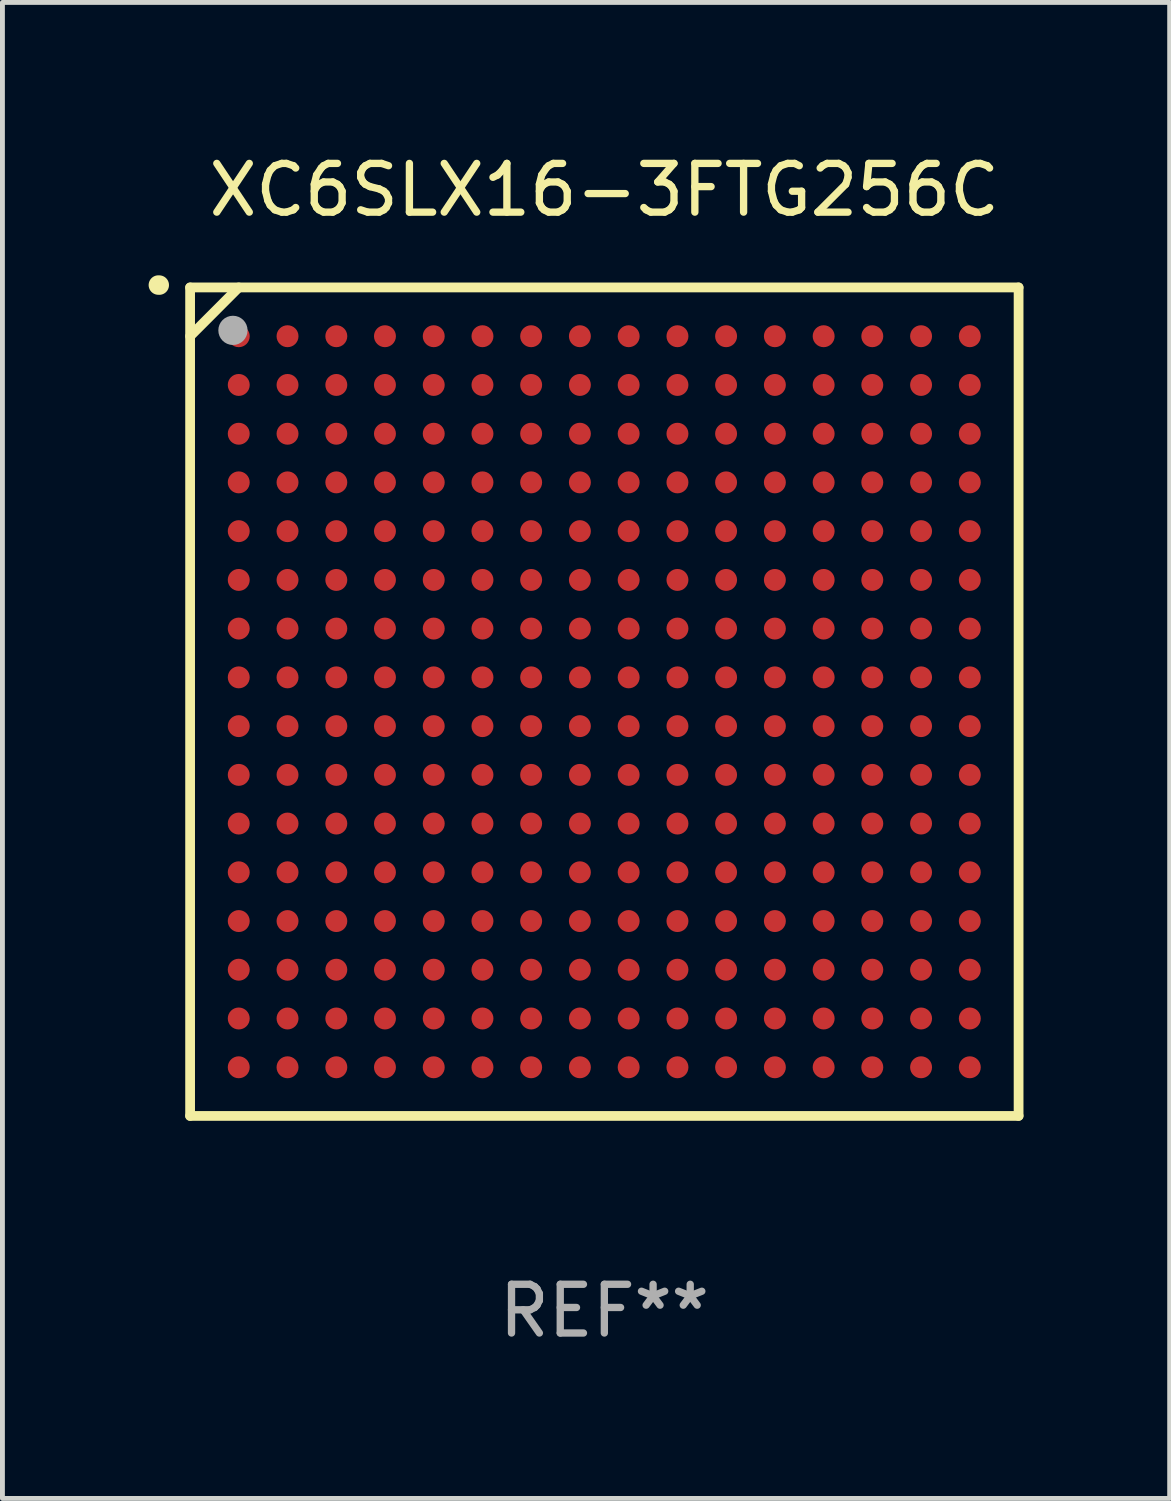
<source format=kicad_pcb>
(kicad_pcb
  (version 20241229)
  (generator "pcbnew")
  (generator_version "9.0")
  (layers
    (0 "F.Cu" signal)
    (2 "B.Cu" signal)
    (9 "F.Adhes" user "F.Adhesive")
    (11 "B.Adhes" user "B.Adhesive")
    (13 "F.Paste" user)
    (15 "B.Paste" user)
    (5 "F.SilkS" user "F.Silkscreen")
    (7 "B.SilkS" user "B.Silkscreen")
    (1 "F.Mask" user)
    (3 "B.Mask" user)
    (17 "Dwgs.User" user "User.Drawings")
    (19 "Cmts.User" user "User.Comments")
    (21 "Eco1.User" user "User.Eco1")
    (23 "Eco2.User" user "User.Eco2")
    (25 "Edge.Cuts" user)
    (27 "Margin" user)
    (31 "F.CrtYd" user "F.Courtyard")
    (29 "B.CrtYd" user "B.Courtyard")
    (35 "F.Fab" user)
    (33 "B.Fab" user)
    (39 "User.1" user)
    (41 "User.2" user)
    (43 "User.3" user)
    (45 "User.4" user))
  (footprint "XC6SLX16-3FTG256C"
    (layer "F.Cu")
    (at 9.351 11.348)
    (property "Reference" "XC6SLX16-3FTG256C" (at 0 -10.5 0) (layer "F.SilkS") (effects (font (size 1 1) (thickness 0.15))))
    (attr through_hole)
    (fp_line (start -8.5 -8.5) (end 8.5 -8.5) (stroke (width 0.2) (type solid)) (layer "F.SilkS"))
    (fp_line (start -8.5 -7.499) (end -7.502 -8.5) (stroke (width 0.2) (type solid)) (layer "F.SilkS"))
    (fp_line (start -8.5 8.5) (end -8.5 -8.5) (stroke (width 0.2) (type solid)) (layer "F.SilkS"))
    (fp_line (start 8.5 -8.5) (end 8.5 8.5) (stroke (width 0.2) (type solid)) (layer "F.SilkS"))
    (fp_line (start 8.5 8.5) (end -8.5 8.5) (stroke (width 0.2) (type solid)) (layer "F.SilkS"))
    (fp_arc (start -9.151181 -8.548768) (mid -9.142295 -8.548541) (end -9.133426 -8.547955) (stroke (width 0.4) (type solid)) (layer "F.SilkS"))
    (fp_circle (center -8.501 -8.499) (end -8.471 -8.499) (stroke (width 0.06) (type solid)) (fill no) (layer "F.SilkS"))
    (fp_circle (center -7.621 -7.619) (end -7.471 -7.619) (stroke (width 0.3) (type solid)) (fill no) (layer "F.Fab"))
    (fp_text user "REF**" (at 0 12.5 0) (layer "F.Fab") (effects (font (size 1 1) (thickness 0.15))))
    (pad "A1" smd circle (at -7.502 -7.499) (size 0.45 0.45) (layers "F.Cu" "F.Mask" "F.Paste"))
    (pad "A2" smd circle (at -6.501 -7.499) (size 0.45 0.45) (layers "F.Cu" "F.Mask" "F.Paste"))
    (pad "A3" smd circle (at -5.5 -7.499) (size 0.45 0.45) (layers "F.Cu" "F.Mask" "F.Paste"))
    (pad "A4" smd circle (at -4.502 -7.499) (size 0.45 0.45) (layers "F.Cu" "F.Mask" "F.Paste"))
    (pad "A5" smd circle (at -3.501 -7.499) (size 0.45 0.45) (layers "F.Cu" "F.Mask" "F.Paste"))
    (pad "A6" smd circle (at -2.501 -7.499) (size 0.45 0.45) (layers "F.Cu" "F.Mask" "F.Paste"))
    (pad "A7" smd circle (at -1.502 -7.499) (size 0.45 0.45) (layers "F.Cu" "F.Mask" "F.Paste"))
    (pad "A8" smd circle (at -0.502 -7.499) (size 0.45 0.45) (layers "F.Cu" "F.Mask" "F.Paste"))
    (pad "A9" smd circle (at 0.499 -7.499) (size 0.45 0.45) (layers "F.Cu" "F.Mask" "F.Paste"))
    (pad "A10" smd circle (at 1.5 -7.499) (size 0.45 0.45) (layers "F.Cu" "F.Mask" "F.Paste"))
    (pad "A11" smd circle (at 2.498 -7.499) (size 0.45 0.45) (layers "F.Cu" "F.Mask" "F.Paste"))
    (pad "A12" smd circle (at 3.499 -7.499) (size 0.45 0.45) (layers "F.Cu" "F.Mask" "F.Paste"))
    (pad "A13" smd circle (at 4.5 -7.499) (size 0.45 0.45) (layers "F.Cu" "F.Mask" "F.Paste"))
    (pad "A14" smd circle (at 5.498 -7.499) (size 0.45 0.45) (layers "F.Cu" "F.Mask" "F.Paste"))
    (pad "A15" smd circle (at 6.499 -7.499) (size 0.45 0.45) (layers "F.Cu" "F.Mask" "F.Paste"))
    (pad "A16" smd circle (at 7.499 -7.499) (size 0.45 0.45) (layers "F.Cu" "F.Mask" "F.Paste"))
    (pad "B1" smd circle (at -7.502 -6.499) (size 0.45 0.45) (layers "F.Cu" "F.Mask" "F.Paste"))
    (pad "B2" smd circle (at -6.501 -6.499) (size 0.45 0.45) (layers "F.Cu" "F.Mask" "F.Paste"))
    (pad "B3" smd circle (at -5.5 -6.499) (size 0.45 0.45) (layers "F.Cu" "F.Mask" "F.Paste"))
    (pad "B4" smd circle (at -4.502 -6.499) (size 0.45 0.45) (layers "F.Cu" "F.Mask" "F.Paste"))
    (pad "B5" smd circle (at -3.501 -6.499) (size 0.45 0.45) (layers "F.Cu" "F.Mask" "F.Paste"))
    (pad "B6" smd circle (at -2.501 -6.499) (size 0.45 0.45) (layers "F.Cu" "F.Mask" "F.Paste"))
    (pad "B7" smd circle (at -1.502 -6.499) (size 0.45 0.45) (layers "F.Cu" "F.Mask" "F.Paste"))
    (pad "B8" smd circle (at -0.502 -6.499) (size 0.45 0.45) (layers "F.Cu" "F.Mask" "F.Paste"))
    (pad "B9" smd circle (at 0.499 -6.499) (size 0.45 0.45) (layers "F.Cu" "F.Mask" "F.Paste"))
    (pad "B10" smd circle (at 1.5 -6.499) (size 0.45 0.45) (layers "F.Cu" "F.Mask" "F.Paste"))
    (pad "B11" smd circle (at 2.498 -6.499) (size 0.45 0.45) (layers "F.Cu" "F.Mask" "F.Paste"))
    (pad "B12" smd circle (at 3.499 -6.499) (size 0.45 0.45) (layers "F.Cu" "F.Mask" "F.Paste"))
    (pad "B13" smd circle (at 4.5 -6.499) (size 0.45 0.45) (layers "F.Cu" "F.Mask" "F.Paste"))
    (pad "B14" smd circle (at 5.498 -6.499) (size 0.45 0.45) (layers "F.Cu" "F.Mask" "F.Paste"))
    (pad "B15" smd circle (at 6.499 -6.499) (size 0.45 0.45) (layers "F.Cu" "F.Mask" "F.Paste"))
    (pad "B16" smd circle (at 7.499 -6.499) (size 0.45 0.45) (layers "F.Cu" "F.Mask" "F.Paste"))
    (pad "C1" smd circle (at -7.502 -5.498) (size 0.45 0.45) (layers "F.Cu" "F.Mask" "F.Paste"))
    (pad "C2" smd circle (at -6.501 -5.498) (size 0.45 0.45) (layers "F.Cu" "F.Mask" "F.Paste"))
    (pad "C3" smd circle (at -5.5 -5.498) (size 0.45 0.45) (layers "F.Cu" "F.Mask" "F.Paste"))
    (pad "C4" smd circle (at -4.502 -5.498) (size 0.45 0.45) (layers "F.Cu" "F.Mask" "F.Paste"))
    (pad "C5" smd circle (at -3.501 -5.498) (size 0.45 0.45) (layers "F.Cu" "F.Mask" "F.Paste"))
    (pad "C6" smd circle (at -2.501 -5.498) (size 0.45 0.45) (layers "F.Cu" "F.Mask" "F.Paste"))
    (pad "C7" smd circle (at -1.502 -5.498) (size 0.45 0.45) (layers "F.Cu" "F.Mask" "F.Paste"))
    (pad "C8" smd circle (at -0.502 -5.498) (size 0.45 0.45) (layers "F.Cu" "F.Mask" "F.Paste"))
    (pad "C9" smd circle (at 0.499 -5.498) (size 0.45 0.45) (layers "F.Cu" "F.Mask" "F.Paste"))
    (pad "C10" smd circle (at 1.5 -5.498) (size 0.45 0.45) (layers "F.Cu" "F.Mask" "F.Paste"))
    (pad "C11" smd circle (at 2.498 -5.498) (size 0.45 0.45) (layers "F.Cu" "F.Mask" "F.Paste"))
    (pad "C12" smd circle (at 3.499 -5.498) (size 0.45 0.45) (layers "F.Cu" "F.Mask" "F.Paste"))
    (pad "C13" smd circle (at 4.5 -5.498) (size 0.45 0.45) (layers "F.Cu" "F.Mask" "F.Paste"))
    (pad "C14" smd circle (at 5.498 -5.498) (size 0.45 0.45) (layers "F.Cu" "F.Mask" "F.Paste"))
    (pad "C15" smd circle (at 6.499 -5.498) (size 0.45 0.45) (layers "F.Cu" "F.Mask" "F.Paste"))
    (pad "C16" smd circle (at 7.499 -5.498) (size 0.45 0.45) (layers "F.Cu" "F.Mask" "F.Paste"))
    (pad "D1" smd circle (at -7.502 -4.5) (size 0.45 0.45) (layers "F.Cu" "F.Mask" "F.Paste"))
    (pad "D2" smd circle (at -6.501 -4.5) (size 0.45 0.45) (layers "F.Cu" "F.Mask" "F.Paste"))
    (pad "D3" smd circle (at -5.5 -4.5) (size 0.45 0.45) (layers "F.Cu" "F.Mask" "F.Paste"))
    (pad "D4" smd circle (at -4.502 -4.5) (size 0.45 0.45) (layers "F.Cu" "F.Mask" "F.Paste"))
    (pad "D5" smd circle (at -3.501 -4.5) (size 0.45 0.45) (layers "F.Cu" "F.Mask" "F.Paste"))
    (pad "D6" smd circle (at -2.501 -4.5) (size 0.45 0.45) (layers "F.Cu" "F.Mask" "F.Paste"))
    (pad "D7" smd circle (at -1.502 -4.5) (size 0.45 0.45) (layers "F.Cu" "F.Mask" "F.Paste"))
    (pad "D8" smd circle (at -0.502 -4.5) (size 0.45 0.45) (layers "F.Cu" "F.Mask" "F.Paste"))
    (pad "D9" smd circle (at 0.499 -4.5) (size 0.45 0.45) (layers "F.Cu" "F.Mask" "F.Paste"))
    (pad "D10" smd circle (at 1.5 -4.5) (size 0.45 0.45) (layers "F.Cu" "F.Mask" "F.Paste"))
    (pad "D11" smd circle (at 2.498 -4.5) (size 0.45 0.45) (layers "F.Cu" "F.Mask" "F.Paste"))
    (pad "D12" smd circle (at 3.499 -4.5) (size 0.45 0.45) (layers "F.Cu" "F.Mask" "F.Paste"))
    (pad "D13" smd circle (at 4.5 -4.5) (size 0.45 0.45) (layers "F.Cu" "F.Mask" "F.Paste"))
    (pad "D14" smd circle (at 5.498 -4.5) (size 0.45 0.45) (layers "F.Cu" "F.Mask" "F.Paste"))
    (pad "D15" smd circle (at 6.499 -4.5) (size 0.45 0.45) (layers "F.Cu" "F.Mask" "F.Paste"))
    (pad "D16" smd circle (at 7.499 -4.5) (size 0.45 0.45) (layers "F.Cu" "F.Mask" "F.Paste"))
    (pad "E1" smd circle (at -7.502 -3.499) (size 0.45 0.45) (layers "F.Cu" "F.Mask" "F.Paste"))
    (pad "E2" smd circle (at -6.501 -3.499) (size 0.45 0.45) (layers "F.Cu" "F.Mask" "F.Paste"))
    (pad "E3" smd circle (at -5.5 -3.499) (size 0.45 0.45) (layers "F.Cu" "F.Mask" "F.Paste"))
    (pad "E4" smd circle (at -4.502 -3.499) (size 0.45 0.45) (layers "F.Cu" "F.Mask" "F.Paste"))
    (pad "E5" smd circle (at -3.501 -3.499) (size 0.45 0.45) (layers "F.Cu" "F.Mask" "F.Paste"))
    (pad "E6" smd circle (at -2.501 -3.499) (size 0.45 0.45) (layers "F.Cu" "F.Mask" "F.Paste"))
    (pad "E7" smd circle (at -1.502 -3.499) (size 0.45 0.45) (layers "F.Cu" "F.Mask" "F.Paste"))
    (pad "E8" smd circle (at -0.502 -3.499) (size 0.45 0.45) (layers "F.Cu" "F.Mask" "F.Paste"))
    (pad "E9" smd circle (at 0.499 -3.499) (size 0.45 0.45) (layers "F.Cu" "F.Mask" "F.Paste"))
    (pad "E10" smd circle (at 1.5 -3.499) (size 0.45 0.45) (layers "F.Cu" "F.Mask" "F.Paste"))
    (pad "E11" smd circle (at 2.498 -3.499) (size 0.45 0.45) (layers "F.Cu" "F.Mask" "F.Paste"))
    (pad "E12" smd circle (at 3.499 -3.499) (size 0.45 0.45) (layers "F.Cu" "F.Mask" "F.Paste"))
    (pad "E13" smd circle (at 4.5 -3.499) (size 0.45 0.45) (layers "F.Cu" "F.Mask" "F.Paste"))
    (pad "E14" smd circle (at 5.498 -3.499) (size 0.45 0.45) (layers "F.Cu" "F.Mask" "F.Paste"))
    (pad "E15" smd circle (at 6.499 -3.499) (size 0.45 0.45) (layers "F.Cu" "F.Mask" "F.Paste"))
    (pad "E16" smd circle (at 7.499 -3.499) (size 0.45 0.45) (layers "F.Cu" "F.Mask" "F.Paste"))
    (pad "F1" smd circle (at -7.502 -2.498) (size 0.45 0.45) (layers "F.Cu" "F.Mask" "F.Paste"))
    (pad "F2" smd circle (at -6.501 -2.498) (size 0.45 0.45) (layers "F.Cu" "F.Mask" "F.Paste"))
    (pad "F3" smd circle (at -5.5 -2.498) (size 0.45 0.45) (layers "F.Cu" "F.Mask" "F.Paste"))
    (pad "F4" smd circle (at -4.502 -2.498) (size 0.45 0.45) (layers "F.Cu" "F.Mask" "F.Paste"))
    (pad "F5" smd circle (at -3.501 -2.498) (size 0.45 0.45) (layers "F.Cu" "F.Mask" "F.Paste"))
    (pad "F6" smd circle (at -2.501 -2.498) (size 0.45 0.45) (layers "F.Cu" "F.Mask" "F.Paste"))
    (pad "F7" smd circle (at -1.502 -2.498) (size 0.45 0.45) (layers "F.Cu" "F.Mask" "F.Paste"))
    (pad "F8" smd circle (at -0.502 -2.498) (size 0.45 0.45) (layers "F.Cu" "F.Mask" "F.Paste"))
    (pad "F9" smd circle (at 0.499 -2.498) (size 0.45 0.45) (layers "F.Cu" "F.Mask" "F.Paste"))
    (pad "F10" smd circle (at 1.5 -2.498) (size 0.45 0.45) (layers "F.Cu" "F.Mask" "F.Paste"))
    (pad "F11" smd circle (at 2.498 -2.498) (size 0.45 0.45) (layers "F.Cu" "F.Mask" "F.Paste"))
    (pad "F12" smd circle (at 3.499 -2.498) (size 0.45 0.45) (layers "F.Cu" "F.Mask" "F.Paste"))
    (pad "F13" smd circle (at 4.5 -2.498) (size 0.45 0.45) (layers "F.Cu" "F.Mask" "F.Paste"))
    (pad "F14" smd circle (at 5.498 -2.498) (size 0.45 0.45) (layers "F.Cu" "F.Mask" "F.Paste"))
    (pad "F15" smd circle (at 6.499 -2.498) (size 0.45 0.45) (layers "F.Cu" "F.Mask" "F.Paste"))
    (pad "F16" smd circle (at 7.499 -2.498) (size 0.45 0.45) (layers "F.Cu" "F.Mask" "F.Paste"))
    (pad "G1" smd circle (at -7.502 -1.5) (size 0.45 0.45) (layers "F.Cu" "F.Mask" "F.Paste"))
    (pad "G2" smd circle (at -6.501 -1.5) (size 0.45 0.45) (layers "F.Cu" "F.Mask" "F.Paste"))
    (pad "G3" smd circle (at -5.5 -1.5) (size 0.45 0.45) (layers "F.Cu" "F.Mask" "F.Paste"))
    (pad "G4" smd circle (at -4.502 -1.5) (size 0.45 0.45) (layers "F.Cu" "F.Mask" "F.Paste"))
    (pad "G5" smd circle (at -3.501 -1.5) (size 0.45 0.45) (layers "F.Cu" "F.Mask" "F.Paste"))
    (pad "G6" smd circle (at -2.501 -1.5) (size 0.45 0.45) (layers "F.Cu" "F.Mask" "F.Paste"))
    (pad "G7" smd circle (at -1.502 -1.5) (size 0.45 0.45) (layers "F.Cu" "F.Mask" "F.Paste"))
    (pad "G8" smd circle (at -0.502 -1.5) (size 0.45 0.45) (layers "F.Cu" "F.Mask" "F.Paste"))
    (pad "G9" smd circle (at 0.499 -1.5) (size 0.45 0.45) (layers "F.Cu" "F.Mask" "F.Paste"))
    (pad "G10" smd circle (at 1.5 -1.5) (size 0.45 0.45) (layers "F.Cu" "F.Mask" "F.Paste"))
    (pad "G11" smd circle (at 2.498 -1.5) (size 0.45 0.45) (layers "F.Cu" "F.Mask" "F.Paste"))
    (pad "G12" smd circle (at 3.499 -1.5) (size 0.45 0.45) (layers "F.Cu" "F.Mask" "F.Paste"))
    (pad "G13" smd circle (at 4.5 -1.5) (size 0.45 0.45) (layers "F.Cu" "F.Mask" "F.Paste"))
    (pad "G14" smd circle (at 5.498 -1.5) (size 0.45 0.45) (layers "F.Cu" "F.Mask" "F.Paste"))
    (pad "G15" smd circle (at 6.499 -1.5) (size 0.45 0.45) (layers "F.Cu" "F.Mask" "F.Paste"))
    (pad "G16" smd circle (at 7.499 -1.5) (size 0.45 0.45) (layers "F.Cu" "F.Mask" "F.Paste"))
    (pad "H1" smd circle (at -7.502 -0.499) (size 0.45 0.45) (layers "F.Cu" "F.Mask" "F.Paste"))
    (pad "H2" smd circle (at -6.501 -0.499) (size 0.45 0.45) (layers "F.Cu" "F.Mask" "F.Paste"))
    (pad "H3" smd circle (at -5.5 -0.499) (size 0.45 0.45) (layers "F.Cu" "F.Mask" "F.Paste"))
    (pad "H4" smd circle (at -4.502 -0.499) (size 0.45 0.45) (layers "F.Cu" "F.Mask" "F.Paste"))
    (pad "H5" smd circle (at -3.501 -0.499) (size 0.45 0.45) (layers "F.Cu" "F.Mask" "F.Paste"))
    (pad "H6" smd circle (at -2.501 -0.499) (size 0.45 0.45) (layers "F.Cu" "F.Mask" "F.Paste"))
    (pad "H7" smd circle (at -1.502 -0.499) (size 0.45 0.45) (layers "F.Cu" "F.Mask" "F.Paste"))
    (pad "H8" smd circle (at -0.502 -0.499) (size 0.45 0.45) (layers "F.Cu" "F.Mask" "F.Paste"))
    (pad "H9" smd circle (at 0.499 -0.499) (size 0.45 0.45) (layers "F.Cu" "F.Mask" "F.Paste"))
    (pad "H10" smd circle (at 1.5 -0.499) (size 0.45 0.45) (layers "F.Cu" "F.Mask" "F.Paste"))
    (pad "H11" smd circle (at 2.498 -0.499) (size 0.45 0.45) (layers "F.Cu" "F.Mask" "F.Paste"))
    (pad "H12" smd circle (at 3.499 -0.499) (size 0.45 0.45) (layers "F.Cu" "F.Mask" "F.Paste"))
    (pad "H13" smd circle (at 4.5 -0.499) (size 0.45 0.45) (layers "F.Cu" "F.Mask" "F.Paste"))
    (pad "H14" smd circle (at 5.498 -0.499) (size 0.45 0.45) (layers "F.Cu" "F.Mask" "F.Paste"))
    (pad "H15" smd circle (at 6.499 -0.499) (size 0.45 0.45) (layers "F.Cu" "F.Mask" "F.Paste"))
    (pad "H16" smd circle (at 7.499 -0.499) (size 0.45 0.45) (layers "F.Cu" "F.Mask" "F.Paste"))
    (pad "J1" smd circle (at -7.502 0.502) (size 0.45 0.45) (layers "F.Cu" "F.Mask" "F.Paste"))
    (pad "J2" smd circle (at -6.501 0.502) (size 0.45 0.45) (layers "F.Cu" "F.Mask" "F.Paste"))
    (pad "J3" smd circle (at -5.5 0.502) (size 0.45 0.45) (layers "F.Cu" "F.Mask" "F.Paste"))
    (pad "J4" smd circle (at -4.502 0.502) (size 0.45 0.45) (layers "F.Cu" "F.Mask" "F.Paste"))
    (pad "J5" smd circle (at -3.501 0.502) (size 0.45 0.45) (layers "F.Cu" "F.Mask" "F.Paste"))
    (pad "J6" smd circle (at -2.501 0.502) (size 0.45 0.45) (layers "F.Cu" "F.Mask" "F.Paste"))
    (pad "J7" smd circle (at -1.502 0.502) (size 0.45 0.45) (layers "F.Cu" "F.Mask" "F.Paste"))
    (pad "J8" smd circle (at -0.502 0.502) (size 0.45 0.45) (layers "F.Cu" "F.Mask" "F.Paste"))
    (pad "J9" smd circle (at 0.499 0.502) (size 0.45 0.45) (layers "F.Cu" "F.Mask" "F.Paste"))
    (pad "J10" smd circle (at 1.5 0.502) (size 0.45 0.45) (layers "F.Cu" "F.Mask" "F.Paste"))
    (pad "J11" smd circle (at 2.498 0.502) (size 0.45 0.45) (layers "F.Cu" "F.Mask" "F.Paste"))
    (pad "J12" smd circle (at 3.499 0.502) (size 0.45 0.45) (layers "F.Cu" "F.Mask" "F.Paste"))
    (pad "J13" smd circle (at 4.5 0.502) (size 0.45 0.45) (layers "F.Cu" "F.Mask" "F.Paste"))
    (pad "J14" smd circle (at 5.498 0.502) (size 0.45 0.45) (layers "F.Cu" "F.Mask" "F.Paste"))
    (pad "J15" smd circle (at 6.499 0.502) (size 0.45 0.45) (layers "F.Cu" "F.Mask" "F.Paste"))
    (pad "J16" smd circle (at 7.499 0.502) (size 0.45 0.45) (layers "F.Cu" "F.Mask" "F.Paste"))
    (pad "K1" smd circle (at -7.502 1.502) (size 0.45 0.45) (layers "F.Cu" "F.Mask" "F.Paste"))
    (pad "K2" smd circle (at -6.501 1.502) (size 0.45 0.45) (layers "F.Cu" "F.Mask" "F.Paste"))
    (pad "K3" smd circle (at -5.5 1.502) (size 0.45 0.45) (layers "F.Cu" "F.Mask" "F.Paste"))
    (pad "K4" smd circle (at -4.502 1.502) (size 0.45 0.45) (layers "F.Cu" "F.Mask" "F.Paste"))
    (pad "K5" smd circle (at -3.501 1.502) (size 0.45 0.45) (layers "F.Cu" "F.Mask" "F.Paste"))
    (pad "K6" smd circle (at -2.501 1.502) (size 0.45 0.45) (layers "F.Cu" "F.Mask" "F.Paste"))
    (pad "K7" smd circle (at -1.502 1.502) (size 0.45 0.45) (layers "F.Cu" "F.Mask" "F.Paste"))
    (pad "K8" smd circle (at -0.502 1.502) (size 0.45 0.45) (layers "F.Cu" "F.Mask" "F.Paste"))
    (pad "K9" smd circle (at 0.499 1.502) (size 0.45 0.45) (layers "F.Cu" "F.Mask" "F.Paste"))
    (pad "K10" smd circle (at 1.5 1.502) (size 0.45 0.45) (layers "F.Cu" "F.Mask" "F.Paste"))
    (pad "K11" smd circle (at 2.498 1.502) (size 0.45 0.45) (layers "F.Cu" "F.Mask" "F.Paste"))
    (pad "K12" smd circle (at 3.499 1.502) (size 0.45 0.45) (layers "F.Cu" "F.Mask" "F.Paste"))
    (pad "K13" smd circle (at 4.5 1.502) (size 0.45 0.45) (layers "F.Cu" "F.Mask" "F.Paste"))
    (pad "K14" smd circle (at 5.498 1.502) (size 0.45 0.45) (layers "F.Cu" "F.Mask" "F.Paste"))
    (pad "K15" smd circle (at 6.499 1.502) (size 0.45 0.45) (layers "F.Cu" "F.Mask" "F.Paste"))
    (pad "K16" smd circle (at 7.499 1.502) (size 0.45 0.45) (layers "F.Cu" "F.Mask" "F.Paste"))
    (pad "L1" smd circle (at -7.502 2.501) (size 0.45 0.45) (layers "F.Cu" "F.Mask" "F.Paste"))
    (pad "L2" smd circle (at -6.501 2.501) (size 0.45 0.45) (layers "F.Cu" "F.Mask" "F.Paste"))
    (pad "L3" smd circle (at -5.5 2.501) (size 0.45 0.45) (layers "F.Cu" "F.Mask" "F.Paste"))
    (pad "L4" smd circle (at -4.502 2.501) (size 0.45 0.45) (layers "F.Cu" "F.Mask" "F.Paste"))
    (pad "L5" smd circle (at -3.501 2.501) (size 0.45 0.45) (layers "F.Cu" "F.Mask" "F.Paste"))
    (pad "L6" smd circle (at -2.501 2.501) (size 0.45 0.45) (layers "F.Cu" "F.Mask" "F.Paste"))
    (pad "L7" smd circle (at -1.502 2.501) (size 0.45 0.45) (layers "F.Cu" "F.Mask" "F.Paste"))
    (pad "L8" smd circle (at -0.502 2.501) (size 0.45 0.45) (layers "F.Cu" "F.Mask" "F.Paste"))
    (pad "L9" smd circle (at 0.499 2.501) (size 0.45 0.45) (layers "F.Cu" "F.Mask" "F.Paste"))
    (pad "L10" smd circle (at 1.5 2.501) (size 0.45 0.45) (layers "F.Cu" "F.Mask" "F.Paste"))
    (pad "L11" smd circle (at 2.498 2.501) (size 0.45 0.45) (layers "F.Cu" "F.Mask" "F.Paste"))
    (pad "L12" smd circle (at 3.499 2.501) (size 0.45 0.45) (layers "F.Cu" "F.Mask" "F.Paste"))
    (pad "L13" smd circle (at 4.5 2.501) (size 0.45 0.45) (layers "F.Cu" "F.Mask" "F.Paste"))
    (pad "L14" smd circle (at 5.498 2.501) (size 0.45 0.45) (layers "F.Cu" "F.Mask" "F.Paste"))
    (pad "L15" smd circle (at 6.499 2.501) (size 0.45 0.45) (layers "F.Cu" "F.Mask" "F.Paste"))
    (pad "L16" smd circle (at 7.499 2.501) (size 0.45 0.45) (layers "F.Cu" "F.Mask" "F.Paste"))
    (pad "M1" smd circle (at -7.502 3.501) (size 0.45 0.45) (layers "F.Cu" "F.Mask" "F.Paste"))
    (pad "M2" smd circle (at -6.501 3.501) (size 0.45 0.45) (layers "F.Cu" "F.Mask" "F.Paste"))
    (pad "M3" smd circle (at -5.5 3.501) (size 0.45 0.45) (layers "F.Cu" "F.Mask" "F.Paste"))
    (pad "M4" smd circle (at -4.502 3.501) (size 0.45 0.45) (layers "F.Cu" "F.Mask" "F.Paste"))
    (pad "M5" smd circle (at -3.501 3.501) (size 0.45 0.45) (layers "F.Cu" "F.Mask" "F.Paste"))
    (pad "M6" smd circle (at -2.501 3.501) (size 0.45 0.45) (layers "F.Cu" "F.Mask" "F.Paste"))
    (pad "M7" smd circle (at -1.502 3.501) (size 0.45 0.45) (layers "F.Cu" "F.Mask" "F.Paste"))
    (pad "M8" smd circle (at -0.502 3.501) (size 0.45 0.45) (layers "F.Cu" "F.Mask" "F.Paste"))
    (pad "M9" smd circle (at 0.499 3.501) (size 0.45 0.45) (layers "F.Cu" "F.Mask" "F.Paste"))
    (pad "M10" smd circle (at 1.5 3.501) (size 0.45 0.45) (layers "F.Cu" "F.Mask" "F.Paste"))
    (pad "M11" smd circle (at 2.498 3.501) (size 0.45 0.45) (layers "F.Cu" "F.Mask" "F.Paste"))
    (pad "M12" smd circle (at 3.499 3.501) (size 0.45 0.45) (layers "F.Cu" "F.Mask" "F.Paste"))
    (pad "M13" smd circle (at 4.5 3.501) (size 0.45 0.45) (layers "F.Cu" "F.Mask" "F.Paste"))
    (pad "M14" smd circle (at 5.498 3.501) (size 0.45 0.45) (layers "F.Cu" "F.Mask" "F.Paste"))
    (pad "M15" smd circle (at 6.499 3.501) (size 0.45 0.45) (layers "F.Cu" "F.Mask" "F.Paste"))
    (pad "M16" smd circle (at 7.499 3.501) (size 0.45 0.45) (layers "F.Cu" "F.Mask" "F.Paste"))
    (pad "N1" smd circle (at -7.502 4.502) (size 0.45 0.45) (layers "F.Cu" "F.Mask" "F.Paste"))
    (pad "N2" smd circle (at -6.501 4.502) (size 0.45 0.45) (layers "F.Cu" "F.Mask" "F.Paste"))
    (pad "N3" smd circle (at -5.5 4.502) (size 0.45 0.45) (layers "F.Cu" "F.Mask" "F.Paste"))
    (pad "N4" smd circle (at -4.502 4.502) (size 0.45 0.45) (layers "F.Cu" "F.Mask" "F.Paste"))
    (pad "N5" smd circle (at -3.501 4.502) (size 0.45 0.45) (layers "F.Cu" "F.Mask" "F.Paste"))
    (pad "N6" smd circle (at -2.501 4.502) (size 0.45 0.45) (layers "F.Cu" "F.Mask" "F.Paste"))
    (pad "N7" smd circle (at -1.502 4.502) (size 0.45 0.45) (layers "F.Cu" "F.Mask" "F.Paste"))
    (pad "N8" smd circle (at -0.502 4.502) (size 0.45 0.45) (layers "F.Cu" "F.Mask" "F.Paste"))
    (pad "N9" smd circle (at 0.499 4.502) (size 0.45 0.45) (layers "F.Cu" "F.Mask" "F.Paste"))
    (pad "N10" smd circle (at 1.5 4.502) (size 0.45 0.45) (layers "F.Cu" "F.Mask" "F.Paste"))
    (pad "N11" smd circle (at 2.498 4.502) (size 0.45 0.45) (layers "F.Cu" "F.Mask" "F.Paste"))
    (pad "N12" smd circle (at 3.499 4.502) (size 0.45 0.45) (layers "F.Cu" "F.Mask" "F.Paste"))
    (pad "N13" smd circle (at 4.5 4.502) (size 0.45 0.45) (layers "F.Cu" "F.Mask" "F.Paste"))
    (pad "N14" smd circle (at 5.498 4.502) (size 0.45 0.45) (layers "F.Cu" "F.Mask" "F.Paste"))
    (pad "N15" smd circle (at 6.499 4.502) (size 0.45 0.45) (layers "F.Cu" "F.Mask" "F.Paste"))
    (pad "N16" smd circle (at 7.499 4.502) (size 0.45 0.45) (layers "F.Cu" "F.Mask" "F.Paste"))
    (pad "P1" smd circle (at -7.502 5.5) (size 0.45 0.45) (layers "F.Cu" "F.Mask" "F.Paste"))
    (pad "P2" smd circle (at -6.501 5.5) (size 0.45 0.45) (layers "F.Cu" "F.Mask" "F.Paste"))
    (pad "P3" smd circle (at -5.5 5.5) (size 0.45 0.45) (layers "F.Cu" "F.Mask" "F.Paste"))
    (pad "P4" smd circle (at -4.502 5.5) (size 0.45 0.45) (layers "F.Cu" "F.Mask" "F.Paste"))
    (pad "P5" smd circle (at -3.501 5.5) (size 0.45 0.45) (layers "F.Cu" "F.Mask" "F.Paste"))
    (pad "P6" smd circle (at -2.501 5.5) (size 0.45 0.45) (layers "F.Cu" "F.Mask" "F.Paste"))
    (pad "P7" smd circle (at -1.502 5.5) (size 0.45 0.45) (layers "F.Cu" "F.Mask" "F.Paste"))
    (pad "P8" smd circle (at -0.502 5.5) (size 0.45 0.45) (layers "F.Cu" "F.Mask" "F.Paste"))
    (pad "P9" smd circle (at 0.499 5.5) (size 0.45 0.45) (layers "F.Cu" "F.Mask" "F.Paste"))
    (pad "P10" smd circle (at 1.5 5.5) (size 0.45 0.45) (layers "F.Cu" "F.Mask" "F.Paste"))
    (pad "P11" smd circle (at 2.498 5.5) (size 0.45 0.45) (layers "F.Cu" "F.Mask" "F.Paste"))
    (pad "P12" smd circle (at 3.499 5.5) (size 0.45 0.45) (layers "F.Cu" "F.Mask" "F.Paste"))
    (pad "P13" smd circle (at 4.5 5.5) (size 0.45 0.45) (layers "F.Cu" "F.Mask" "F.Paste"))
    (pad "P14" smd circle (at 5.498 5.5) (size 0.45 0.45) (layers "F.Cu" "F.Mask" "F.Paste"))
    (pad "P15" smd circle (at 6.499 5.5) (size 0.45 0.45) (layers "F.Cu" "F.Mask" "F.Paste"))
    (pad "P16" smd circle (at 7.499 5.5) (size 0.45 0.45) (layers "F.Cu" "F.Mask" "F.Paste"))
    (pad "R1" smd circle (at -7.502 6.501) (size 0.45 0.45) (layers "F.Cu" "F.Mask" "F.Paste"))
    (pad "R2" smd circle (at -6.501 6.501) (size 0.45 0.45) (layers "F.Cu" "F.Mask" "F.Paste"))
    (pad "R3" smd circle (at -5.5 6.501) (size 0.45 0.45) (layers "F.Cu" "F.Mask" "F.Paste"))
    (pad "R4" smd circle (at -4.502 6.501) (size 0.45 0.45) (layers "F.Cu" "F.Mask" "F.Paste"))
    (pad "R5" smd circle (at -3.501 6.501) (size 0.45 0.45) (layers "F.Cu" "F.Mask" "F.Paste"))
    (pad "R6" smd circle (at -2.501 6.501) (size 0.45 0.45) (layers "F.Cu" "F.Mask" "F.Paste"))
    (pad "R7" smd circle (at -1.502 6.501) (size 0.45 0.45) (layers "F.Cu" "F.Mask" "F.Paste"))
    (pad "R8" smd circle (at -0.502 6.501) (size 0.45 0.45) (layers "F.Cu" "F.Mask" "F.Paste"))
    (pad "R9" smd circle (at 0.499 6.501) (size 0.45 0.45) (layers "F.Cu" "F.Mask" "F.Paste"))
    (pad "R10" smd circle (at 1.5 6.501) (size 0.45 0.45) (layers "F.Cu" "F.Mask" "F.Paste"))
    (pad "R11" smd circle (at 2.498 6.501) (size 0.45 0.45) (layers "F.Cu" "F.Mask" "F.Paste"))
    (pad "R12" smd circle (at 3.499 6.501) (size 0.45 0.45) (layers "F.Cu" "F.Mask" "F.Paste"))
    (pad "R13" smd circle (at 4.5 6.501) (size 0.45 0.45) (layers "F.Cu" "F.Mask" "F.Paste"))
    (pad "R14" smd circle (at 5.498 6.501) (size 0.45 0.45) (layers "F.Cu" "F.Mask" "F.Paste"))
    (pad "R15" smd circle (at 6.499 6.501) (size 0.45 0.45) (layers "F.Cu" "F.Mask" "F.Paste"))
    (pad "R16" smd circle (at 7.499 6.501) (size 0.45 0.45) (layers "F.Cu" "F.Mask" "F.Paste"))
    (pad "T1" smd circle (at -7.502 7.502) (size 0.45 0.45) (layers "F.Cu" "F.Mask" "F.Paste"))
    (pad "T2" smd circle (at -6.501 7.502) (size 0.45 0.45) (layers "F.Cu" "F.Mask" "F.Paste"))
    (pad "T3" smd circle (at -5.5 7.502) (size 0.45 0.45) (layers "F.Cu" "F.Mask" "F.Paste"))
    (pad "T4" smd circle (at -4.502 7.502) (size 0.45 0.45) (layers "F.Cu" "F.Mask" "F.Paste"))
    (pad "T5" smd circle (at -3.501 7.502) (size 0.45 0.45) (layers "F.Cu" "F.Mask" "F.Paste"))
    (pad "T6" smd circle (at -2.501 7.502) (size 0.45 0.45) (layers "F.Cu" "F.Mask" "F.Paste"))
    (pad "T7" smd circle (at -1.502 7.502) (size 0.45 0.45) (layers "F.Cu" "F.Mask" "F.Paste"))
    (pad "T8" smd circle (at -0.502 7.502) (size 0.45 0.45) (layers "F.Cu" "F.Mask" "F.Paste"))
    (pad "T9" smd circle (at 0.499 7.502) (size 0.45 0.45) (layers "F.Cu" "F.Mask" "F.Paste"))
    (pad "T10" smd circle (at 1.5 7.502) (size 0.45 0.45) (layers "F.Cu" "F.Mask" "F.Paste"))
    (pad "T11" smd circle (at 2.498 7.502) (size 0.45 0.45) (layers "F.Cu" "F.Mask" "F.Paste"))
    (pad "T12" smd circle (at 3.499 7.502) (size 0.45 0.45) (layers "F.Cu" "F.Mask" "F.Paste"))
    (pad "T13" smd circle (at 4.5 7.502) (size 0.45 0.45) (layers "F.Cu" "F.Mask" "F.Paste"))
    (pad "T14" smd circle (at 5.498 7.502) (size 0.45 0.45) (layers "F.Cu" "F.Mask" "F.Paste"))
    (pad "T15" smd circle (at 6.499 7.502) (size 0.45 0.45) (layers "F.Cu" "F.Mask" "F.Paste"))
    (pad "T16" smd circle (at 7.499 7.502) (size 0.45 0.45) (layers "F.Cu" "F.Mask" "F.Paste")))
  (gr_rect
    (start -3 -3)
    (end 20.951 27.697)
    (stroke (width 0.1) (type default))
    (fill no)
    (layer "Edge.Cuts")))
</source>
